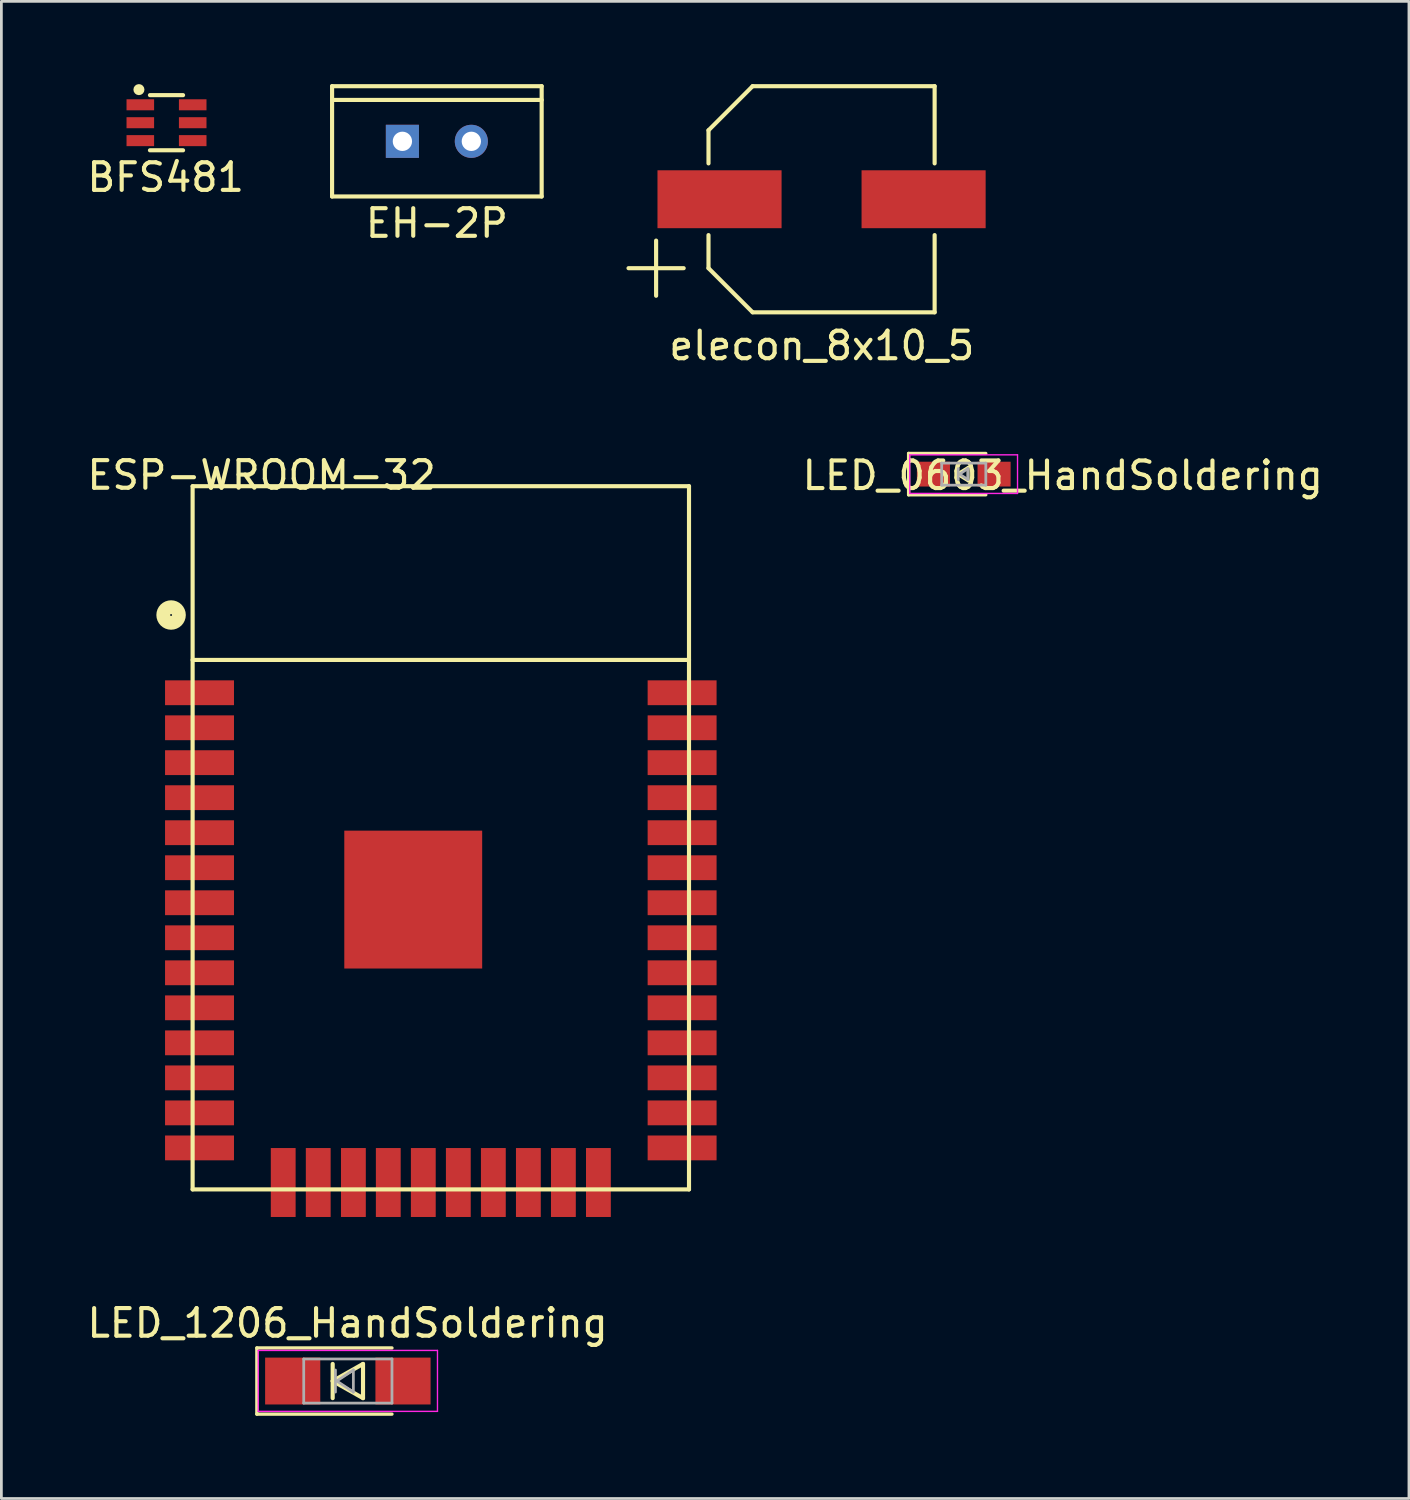
<source format=kicad_pcb>
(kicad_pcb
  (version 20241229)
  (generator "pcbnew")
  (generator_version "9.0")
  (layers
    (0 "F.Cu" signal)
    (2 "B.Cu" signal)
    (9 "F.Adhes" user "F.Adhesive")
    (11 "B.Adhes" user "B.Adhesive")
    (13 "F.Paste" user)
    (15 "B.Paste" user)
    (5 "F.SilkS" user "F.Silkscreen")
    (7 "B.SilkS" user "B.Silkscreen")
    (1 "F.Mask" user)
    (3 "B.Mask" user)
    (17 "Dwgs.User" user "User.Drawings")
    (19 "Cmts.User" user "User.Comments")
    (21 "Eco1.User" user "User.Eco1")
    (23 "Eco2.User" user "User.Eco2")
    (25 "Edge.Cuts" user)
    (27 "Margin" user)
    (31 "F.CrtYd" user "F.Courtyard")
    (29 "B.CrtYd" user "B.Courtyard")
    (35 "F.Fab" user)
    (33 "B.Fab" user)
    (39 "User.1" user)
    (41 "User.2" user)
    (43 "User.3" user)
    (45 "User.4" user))
  (footprint "EH-2P"
    (layer "F.Cu")
    (at 12.792 2.075)
    (property "Reference" "EH-2P" (at 0 2.97 0) (layer "F.SilkS") (effects (font (size 1 1) (thickness 0.15))))
    (attr through_hole)
    (fp_line (start -3.8 -2) (end -3.8 2) (stroke (width 0.15) (type solid)) (layer "F.SilkS"))
    (fp_line (start -3.8 2) (end 3.8 2) (stroke (width 0.15) (type solid)) (layer "F.SilkS"))
    (fp_line (start 3.8 -2) (end -3.8 -2) (stroke (width 0.15) (type solid)) (layer "F.SilkS"))
    (fp_line (start 3.8 -1.5) (end -3.8 -1.5) (stroke (width 0.15) (type solid)) (layer "F.SilkS"))
    (fp_line (start 3.8 2) (end 3.8 -2) (stroke (width 0.15) (type solid)) (layer "F.SilkS"))
    (pad "1" thru_hole rect (at -1.25 0) (size 1.2 1.2) (drill 0.7) (layers "*.Cu" "*.Mask"))
    (pad "2" thru_hole circle (at 1.25 0) (size 1.2 1.2) (drill 0.7) (layers "*.Cu" "*.Mask")))
  (footprint "ESP-WROOM-32"
    (layer "F.Cu")
    (at 12.935 28.081)
    (property "Reference" "ESP-WROOM-32" (at -6.5 -13.9 180) (layer "F.SilkS") (effects (font (size 1 1) (thickness 0.15))))
    (attr through_hole)
    (fp_line (start -9 -13.5) (end -9 12) (stroke (width 0.15) (type solid)) (layer "F.SilkS"))
    (fp_line (start 9 -13.5) (end -9 -13.5) (stroke (width 0.15) (type solid)) (layer "F.SilkS"))
    (fp_line (start 9 -13.5) (end 9 12) (stroke (width 0.15) (type solid)) (layer "F.SilkS"))
    (fp_line (start 9 -7.2) (end -9 -7.2) (stroke (width 0.15) (type solid)) (layer "F.SilkS"))
    (fp_line (start 9 12) (end -9 12) (stroke (width 0.15) (type solid)) (layer "F.SilkS"))
    (fp_circle (center -9.781 -8.829) (end -9.908 -9.083) (stroke (width 0.5) (type solid)) (fill no) (layer "F.SilkS"))
    (pad "1" smd rect (at -8.75 -6.01 180) (size 2.5 0.9) (layers "F.Cu" "F.Mask" "F.Paste"))
    (pad "2" smd rect (at -8.75 -4.74 180) (size 2.5 0.9) (layers "F.Cu" "F.Mask" "F.Paste"))
    (pad "3" smd rect (at -8.75 -3.475 180) (size 2.5 0.9) (layers "F.Cu" "F.Mask" "F.Paste"))
    (pad "4" smd rect (at -8.75 -2.205 180) (size 2.5 0.9) (layers "F.Cu" "F.Mask" "F.Paste"))
    (pad "5" smd rect (at -8.75 -0.935 180) (size 2.5 0.9) (layers "F.Cu" "F.Mask" "F.Paste"))
    (pad "6" smd rect (at -8.75 0.335 180) (size 2.5 0.9) (layers "F.Cu" "F.Mask" "F.Paste"))
    (pad "7" smd rect (at -8.75 1.605 180) (size 2.5 0.9) (layers "F.Cu" "F.Mask" "F.Paste"))
    (pad "8" smd rect (at -8.75 2.875 180) (size 2.5 0.9) (layers "F.Cu" "F.Mask" "F.Paste"))
    (pad "9" smd rect (at -8.75 4.145 180) (size 2.5 0.9) (layers "F.Cu" "F.Mask" "F.Paste"))
    (pad "10" smd rect (at -8.75 5.415 180) (size 2.5 0.9) (layers "F.Cu" "F.Mask" "F.Paste"))
    (pad "11" smd rect (at -8.75 6.685 180) (size 2.5 0.9) (layers "F.Cu" "F.Mask" "F.Paste"))
    (pad "12" smd rect (at -8.75 7.955 180) (size 2.5 0.9) (layers "F.Cu" "F.Mask" "F.Paste"))
    (pad "13" smd rect (at -8.75 9.225 180) (size 2.5 0.9) (layers "F.Cu" "F.Mask" "F.Paste"))
    (pad "14" smd rect (at -8.75 10.495 180) (size 2.5 0.9) (layers "F.Cu" "F.Mask" "F.Paste"))
    (pad "15" smd rect (at -5.715 11.75 180) (size 0.9 2.5) (layers "F.Cu" "F.Mask" "F.Paste"))
    (pad "16" smd rect (at -4.445 11.75 180) (size 0.9 2.5) (layers "F.Cu" "F.Mask" "F.Paste"))
    (pad "17" smd rect (at -3.17 11.75 180) (size 0.9 2.5) (layers "F.Cu" "F.Mask" "F.Paste"))
    (pad "18" smd rect (at -1.905 11.75 180) (size 0.9 2.5) (layers "F.Cu" "F.Mask" "F.Paste"))
    (pad "19" smd rect (at -0.635 11.75 180) (size 0.9 2.5) (layers "F.Cu" "F.Mask" "F.Paste"))
    (pad "20" smd rect (at 0.635 11.75 180) (size 0.9 2.5) (layers "F.Cu" "F.Mask" "F.Paste"))
    (pad "21" smd rect (at 1.905 11.75 180) (size 0.9 2.5) (layers "F.Cu" "F.Mask" "F.Paste"))
    (pad "22" smd rect (at 3.175 11.75 180) (size 0.9 2.5) (layers "F.Cu" "F.Mask" "F.Paste"))
    (pad "23" smd rect (at 4.445 11.75 180) (size 0.9 2.5) (layers "F.Cu" "F.Mask" "F.Paste"))
    (pad "24" smd rect (at 5.715 11.75 180) (size 0.9 2.5) (layers "F.Cu" "F.Mask" "F.Paste"))
    (pad "25" smd rect (at 8.75 10.495 180) (size 2.5 0.9) (layers "F.Cu" "F.Mask" "F.Paste"))
    (pad "26" smd rect (at 8.75 9.225 180) (size 2.5 0.9) (layers "F.Cu" "F.Mask" "F.Paste"))
    (pad "27" smd rect (at 8.75 7.955 180) (size 2.5 0.9) (layers "F.Cu" "F.Mask" "F.Paste"))
    (pad "28" smd rect (at 8.75 6.685 180) (size 2.5 0.9) (layers "F.Cu" "F.Mask" "F.Paste"))
    (pad "29" smd rect (at 8.75 5.415 180) (size 2.5 0.9) (layers "F.Cu" "F.Mask" "F.Paste"))
    (pad "30" smd rect (at 8.75 4.145 180) (size 2.5 0.9) (layers "F.Cu" "F.Mask" "F.Paste"))
    (pad "31" smd rect (at 8.75 2.875 180) (size 2.5 0.9) (layers "F.Cu" "F.Mask" "F.Paste"))
    (pad "32" smd rect (at 8.75 1.605 180) (size 2.5 0.9) (layers "F.Cu" "F.Mask" "F.Paste"))
    (pad "33" smd rect (at 8.75 0.335 180) (size 2.5 0.9) (layers "F.Cu" "F.Mask" "F.Paste"))
    (pad "34" smd rect (at 8.75 -0.935 180) (size 2.5 0.9) (layers "F.Cu" "F.Mask" "F.Paste"))
    (pad "35" smd rect (at 8.75 -2.205 180) (size 2.5 0.9) (layers "F.Cu" "F.Mask" "F.Paste"))
    (pad "36" smd rect (at 8.75 -3.475 180) (size 2.5 0.9) (layers "F.Cu" "F.Mask" "F.Paste"))
    (pad "37" smd rect (at 8.75 -4.74 180) (size 2.5 0.9) (layers "F.Cu" "F.Mask" "F.Paste"))
    (pad "38" smd rect (at 8.75 -6.01 180) (size 2.5 0.9) (layers "F.Cu" "F.Mask" "F.Paste"))
    (pad "39" smd rect (at -1 1.49 180) (size 5 5) (layers "F.Cu" "F.Mask" "F.Paste")))
  (footprint "elecon_8x10_5"
    (layer "F.Cu")
    (at 26.742 4.175)
    (property "Reference" "elecon_8x10_5" (at 0.01 5.31 0) (layer "F.SilkS") (effects (font (size 1 1) (thickness 0.15))))
    (attr through_hole)
    (fp_line (start -7 2.5) (end -5 2.5) (stroke (width 0.15) (type solid)) (layer "F.SilkS"))
    (fp_line (start -6 1.5) (end -6 3.5) (stroke (width 0.15) (type solid)) (layer "F.SilkS"))
    (fp_line (start -4.1 -2.5) (end -2.5 -4.1) (stroke (width 0.15) (type solid)) (layer "F.SilkS"))
    (fp_line (start -4.1 -1.3) (end -4.1 -2.5) (stroke (width 0.15) (type solid)) (layer "F.SilkS"))
    (fp_line (start -4.1 2.5) (end -4.1 1.3) (stroke (width 0.15) (type solid)) (layer "F.SilkS"))
    (fp_line (start -2.5 4.1) (end -4.1 2.5) (stroke (width 0.15) (type solid)) (layer "F.SilkS"))
    (fp_line (start 4.1 -4.1) (end -2.5 -4.1) (stroke (width 0.15) (type solid)) (layer "F.SilkS"))
    (fp_line (start 4.1 -4.1) (end 4.1 -1.3) (stroke (width 0.15) (type solid)) (layer "F.SilkS"))
    (fp_line (start 4.1 1.3) (end 4.1 4.1) (stroke (width 0.15) (type solid)) (layer "F.SilkS"))
    (fp_line (start 4.1 4.1) (end -2.5 4.1) (stroke (width 0.15) (type solid)) (layer "F.SilkS"))
    (pad "1" smd rect (at -3.7 0) (size 4.5 2.1) (layers "F.Cu" "F.Mask" "F.Paste"))
    (pad "2" smd rect (at 3.7 0) (size 4.5 2.1) (layers "F.Cu" "F.Mask" "F.Paste")))
  (footprint "LED_1206_HandSoldering"
    (layer "F.Cu")
    (at 9.564 47.03)
    (property "Reference" "LED_1206_HandSoldering" (at -0.01 -2.1 0) (layer "F.SilkS") (effects (font (size 1 1) (thickness 0.15))))
    (attr smd)
    (fp_line (start -3.3 -1.2) (end -3.3 1.2) (stroke (width 0.12) (type solid)) (layer "F.SilkS"))
    (fp_line (start -3.3 -1.2) (end 1.6 -1.2) (stroke (width 0.12) (type solid)) (layer "F.SilkS"))
    (fp_line (start -3.3 1.2) (end 1.6 1.2) (stroke (width 0.12) (type solid)) (layer "F.SilkS"))
    (fp_line (start -0.55 -0.62) (end -0.55 0.62) (stroke (width 0.15) (type solid)) (layer "F.SilkS"))
    (fp_line (start -0.55 0) (end 0.55 -0.62) (stroke (width 0.15) (type solid)) (layer "F.SilkS"))
    (fp_line (start 0.55 -0.62) (end 0.55 0.62) (stroke (width 0.15) (type solid)) (layer "F.SilkS"))
    (fp_line (start 0.55 0.62) (end -0.55 0) (stroke (width 0.15) (type solid)) (layer "F.SilkS"))
    (fp_line (start -3.25 -1.11) (end -3.25 1.1) (stroke (width 0.05) (type solid)) (layer "F.CrtYd"))
    (fp_line (start -3.25 -1.11) (end 3.25 -1.11) (stroke (width 0.05) (type solid)) (layer "F.CrtYd"))
    (fp_line (start 3.25 1.1) (end -3.25 1.1) (stroke (width 0.05) (type solid)) (layer "F.CrtYd"))
    (fp_line (start 3.25 1.1) (end 3.25 -1.11) (stroke (width 0.05) (type solid)) (layer "F.CrtYd"))
    (fp_line (start -1.6 -0.8) (end 1.6 -0.8) (stroke (width 0.1) (type solid)) (layer "F.Fab"))
    (fp_line (start -1.6 0.8) (end -1.6 -0.8) (stroke (width 0.1) (type solid)) (layer "F.Fab"))
    (fp_line (start -0.45 -0.4) (end -0.45 0.4) (stroke (width 0.1) (type solid)) (layer "F.Fab"))
    (fp_line (start -0.4 0) (end 0.2 -0.4) (stroke (width 0.1) (type solid)) (layer "F.Fab"))
    (fp_line (start 0.2 -0.4) (end 0.2 0.4) (stroke (width 0.1) (type solid)) (layer "F.Fab"))
    (fp_line (start 0.2 0.4) (end -0.4 0) (stroke (width 0.1) (type solid)) (layer "F.Fab"))
    (fp_line (start 1.6 -0.8) (end 1.6 0.8) (stroke (width 0.1) (type solid)) (layer "F.Fab"))
    (fp_line (start 1.6 0.8) (end -1.6 0.8) (stroke (width 0.1) (type solid)) (layer "F.Fab"))
    (pad "1" smd rect (at -2 0) (size 2 1.7) (layers "F.Cu" "F.Mask" "F.Paste"))
    (pad "2" smd rect (at 2 0) (size 2 1.7) (layers "F.Cu" "F.Mask" "F.Paste")))
  (footprint "BFS481"
    (layer "F.Cu")
    (at 2.988 1.4)
    (property "Reference" "BFS481" (at -0.03 1.98 0) (layer "F.SilkS") (effects (font (size 1 1) (thickness 0.15))))
    (attr through_hole)
    (fp_line (start -0.6 -1) (end 0.6 -1) (stroke (width 0.15) (type solid)) (layer "F.SilkS"))
    (fp_line (start -0.6 1) (end 0.6 1) (stroke (width 0.15) (type solid)) (layer "F.SilkS"))
    (fp_circle (center -1 -1.2) (end -1 -1.1) (stroke (width 0.2) (type solid)) (fill no) (layer "F.SilkS"))
    (pad "1" smd rect (at -0.95 -0.65) (size 1 0.4) (layers "F.Cu" "F.Mask" "F.Paste"))
    (pad "2" smd rect (at -0.95 0) (size 1 0.4) (layers "F.Cu" "F.Mask" "F.Paste"))
    (pad "3" smd rect (at -0.95 0.65) (size 1 0.4) (layers "F.Cu" "F.Mask" "F.Paste"))
    (pad "4" smd rect (at 0.95 0.65) (size 1 0.4) (layers "F.Cu" "F.Mask" "F.Paste"))
    (pad "5" smd rect (at 0.95 0) (size 1 0.4) (layers "F.Cu" "F.Mask" "F.Paste"))
    (pad "6" smd rect (at 0.95 -0.65) (size 1 0.4) (layers "F.Cu" "F.Mask" "F.Paste")))
  (footprint "LED_0603_HandSoldering"
    (layer "F.Cu")
    (at 31.898 14.143)
    (property "Reference" "LED_0603_HandSoldering" (at 3.59 0.05 0) (layer "F.SilkS") (effects (font (size 1 1) (thickness 0.15))))
    (attr smd)
    (fp_line (start -2 -0.75) (end -2 0.75) (stroke (width 0.12) (type solid)) (layer "F.SilkS"))
    (fp_line (start -2 -0.75) (end 0.8 -0.75) (stroke (width 0.12) (type solid)) (layer "F.SilkS"))
    (fp_line (start -2 0.75) (end 0.8 0.75) (stroke (width 0.12) (type solid)) (layer "F.SilkS"))
    (fp_line (start -0.25 -0.25) (end -0.25 0.25) (stroke (width 0.1) (type solid)) (layer "F.SilkS"))
    (fp_line (start -0.25 0) (end 0.16 -0.25) (stroke (width 0.1) (type solid)) (layer "F.SilkS"))
    (fp_line (start 0.16 -0.25) (end 0.16 0.25) (stroke (width 0.1) (type solid)) (layer "F.SilkS"))
    (fp_line (start 0.16 0.25) (end -0.25 0) (stroke (width 0.1) (type solid)) (layer "F.SilkS"))
    (fp_line (start -1.96 -0.7) (end -1.96 0.7) (stroke (width 0.05) (type solid)) (layer "F.CrtYd"))
    (fp_line (start -1.96 -0.7) (end 1.95 -0.7) (stroke (width 0.05) (type solid)) (layer "F.CrtYd"))
    (fp_line (start 1.95 0.7) (end -1.96 0.7) (stroke (width 0.05) (type solid)) (layer "F.CrtYd"))
    (fp_line (start 1.95 0.7) (end 1.95 -0.7) (stroke (width 0.05) (type solid)) (layer "F.CrtYd"))
    (fp_line (start -0.8 -0.4) (end -0.8 0.4) (stroke (width 0.1) (type solid)) (layer "F.Fab"))
    (fp_line (start -0.8 -0.4) (end 0.8 -0.4) (stroke (width 0.1) (type solid)) (layer "F.Fab"))
    (fp_line (start -0.2 -0.2) (end -0.2 0.2) (stroke (width 0.1) (type solid)) (layer "F.Fab"))
    (fp_line (start -0.15 0) (end 0.15 -0.2) (stroke (width 0.1) (type solid)) (layer "F.Fab"))
    (fp_line (start 0.15 -0.2) (end 0.15 0.2) (stroke (width 0.1) (type solid)) (layer "F.Fab"))
    (fp_line (start 0.15 0.2) (end -0.15 0) (stroke (width 0.1) (type solid)) (layer "F.Fab"))
    (fp_line (start 0.8 -0.4) (end 0.8 0.4) (stroke (width 0.1) (type solid)) (layer "F.Fab"))
    (fp_line (start 0.8 0.4) (end -0.8 0.4) (stroke (width 0.1) (type solid)) (layer "F.Fab"))
    (pad "1" smd rect (at -1.1 0) (size 1.2 0.9) (layers "F.Cu" "F.Mask" "F.Paste"))
    (pad "2" smd rect (at 1.1 0) (size 1.2 0.9) (layers "F.Cu" "F.Mask" "F.Paste")))
  (gr_rect
    (start -3 -3)
    (end 48.042 51.29)
    (stroke (width 0.1) (type default))
    (fill no)
    (layer "Edge.Cuts")))
</source>
